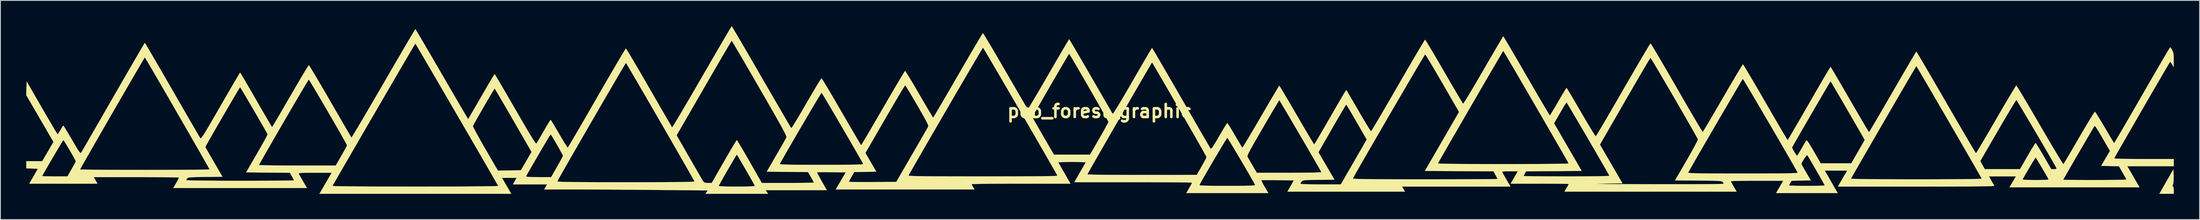
<source format=kicad_pcb>
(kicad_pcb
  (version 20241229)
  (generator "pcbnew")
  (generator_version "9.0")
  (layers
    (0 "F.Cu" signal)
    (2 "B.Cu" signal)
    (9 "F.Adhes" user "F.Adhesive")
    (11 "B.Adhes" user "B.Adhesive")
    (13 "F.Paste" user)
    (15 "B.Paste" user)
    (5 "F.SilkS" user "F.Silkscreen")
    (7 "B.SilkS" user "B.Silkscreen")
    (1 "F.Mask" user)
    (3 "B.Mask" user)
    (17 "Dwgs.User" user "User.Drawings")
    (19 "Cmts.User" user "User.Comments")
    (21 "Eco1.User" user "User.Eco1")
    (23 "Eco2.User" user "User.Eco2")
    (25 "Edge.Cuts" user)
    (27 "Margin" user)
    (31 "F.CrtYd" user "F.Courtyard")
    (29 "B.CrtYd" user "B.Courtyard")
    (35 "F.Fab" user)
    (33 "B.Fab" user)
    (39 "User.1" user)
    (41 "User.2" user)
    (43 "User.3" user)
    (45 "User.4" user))
  (footprint "pcb_forest_graphic"
    (layer "F.Cu")
    (at 124.979 9.911)
    (property "Reference" "pcb_forest_graphic" (at 0 0 0) (layer "F.SilkS") (effects (font (size 1.524 1.524) (thickness 0.3))))
    (attr through_hole)
    (fp_poly (pts (xy 125.035 7.582) (xy 125.036 8.03) (xy 125.01 8.368) (xy 124.96 8.566) (xy 124.959 8.568) (xy 124.902 8.722) (xy 124.956 8.787) (xy 125.014 8.885) (xy 125.048 9.101) (xy 125.053 9.236) (xy 125.053 9.652) (xy 123.371 9.652) (xy 124.191 8.217) (xy 125.01 6.781) (xy 125.035 7.582)) (stroke (width 0.01) (type solid)) (fill yes) (layer "F.SilkS"))
    (fp_poly (pts (xy -42.793 -9.834) (xy -42.667 -9.627) (xy -42.469 -9.295) (xy -42.206 -8.848) (xy -41.885 -8.299) (xy -41.51 -7.657) (xy -41.09 -6.935) (xy -40.63 -6.142) (xy -40.136 -5.289) (xy -39.616 -4.389) (xy -39.378 -3.977) (xy -38.847 -3.057) (xy -38.34 -2.18) (xy -37.863 -1.357) (xy -37.423 -0.598) (xy -37.026 0.084) (xy -36.678 0.68) (xy -36.386 1.178) (xy -36.157 1.567) (xy -35.996 1.836) (xy -35.91 1.974) (xy -35.898 1.99) (xy -35.844 1.927) (xy -35.716 1.733) (xy -35.522 1.422) (xy -35.272 1.01) (xy -34.976 0.512) (xy -34.642 -0.056) (xy -34.28 -0.679) (xy -34.151 -0.902) (xy -33.78 -1.542) (xy -33.434 -2.134) (xy -33.121 -2.662) (xy -32.852 -3.111) (xy -32.635 -3.464) (xy -32.48 -3.707) (xy -32.396 -3.823) (xy -32.385 -3.831) (xy -32.33 -3.76) (xy -32.198 -3.555) (xy -31.998 -3.23) (xy -31.738 -2.798) (xy -31.427 -2.274) (xy -31.072 -1.67) (xy -30.681 -1) (xy -30.262 -0.278) (xy -30.06 0.073) (xy -29.632 0.815) (xy -29.229 1.51) (xy -28.86 2.146) (xy -28.531 2.709) (xy -28.251 3.186) (xy -28.028 3.562) (xy -27.87 3.825) (xy -27.784 3.96) (xy -27.771 3.976) (xy -27.722 3.905) (xy -27.596 3.7) (xy -27.401 3.373) (xy -27.143 2.939) (xy -26.832 2.409) (xy -26.473 1.796) (xy -26.075 1.112) (xy -25.645 0.372) (xy -25.227 -0.35) (xy -24.773 -1.132) (xy -24.344 -1.87) (xy -23.947 -2.549) (xy -23.588 -3.157) (xy -23.277 -3.682) (xy -23.021 -4.11) (xy -22.826 -4.429) (xy -22.702 -4.626) (xy -22.655 -4.688) (xy -22.598 -4.62) (xy -22.467 -4.42) (xy -22.272 -4.106) (xy -22.021 -3.694) (xy -21.726 -3.198) (xy -21.395 -2.636) (xy -21.038 -2.023) (xy -21.008 -1.97) (xy -20.651 -1.353) (xy -20.319 -0.785) (xy -20.023 -0.282) (xy -19.773 0.14) (xy -19.577 0.465) (xy -19.446 0.677) (xy -19.388 0.76) (xy -19.387 0.76) (xy -19.338 0.689) (xy -19.212 0.483) (xy -19.016 0.155) (xy -18.756 -0.285) (xy -18.44 -0.823) (xy -18.075 -1.448) (xy -17.668 -2.148) (xy -17.225 -2.911) (xy -16.755 -3.725) (xy -16.504 -4.158) (xy -16.021 -4.994) (xy -15.562 -5.785) (xy -15.134 -6.52) (xy -14.743 -7.187) (xy -14.398 -7.773) (xy -14.105 -8.266) (xy -13.872 -8.655) (xy -13.705 -8.927) (xy -13.612 -9.07) (xy -13.595 -9.09) (xy -13.541 -9.021) (xy -13.41 -8.817) (xy -13.211 -8.492) (xy -12.95 -8.058) (xy -12.634 -7.528) (xy -12.272 -6.913) (xy -11.871 -6.228) (xy -11.438 -5.484) (xy -10.981 -4.695) (xy -10.974 -4.684) (xy -10.517 -3.892) (xy -10.084 -3.144) (xy -9.684 -2.453) (xy -9.324 -1.832) (xy -9.01 -1.293) (xy -8.751 -0.85) (xy -8.554 -0.514) (xy -8.427 -0.3) (xy -8.377 -0.219) (xy -8.377 -0.219) (xy -8.327 -0.282) (xy -8.201 -0.478) (xy -8.006 -0.796) (xy -7.75 -1.222) (xy -7.441 -1.742) (xy -7.086 -2.345) (xy -6.694 -3.017) (xy -6.271 -3.746) (xy -5.964 -4.278) (xy -5.525 -5.039) (xy -5.11 -5.754) (xy -4.728 -6.41) (xy -4.387 -6.995) (xy -4.094 -7.494) (xy -3.856 -7.894) (xy -3.682 -8.184) (xy -3.58 -8.348) (xy -3.555 -8.382) (xy -3.505 -8.311) (xy -3.38 -8.105) (xy -3.185 -7.779) (xy -2.928 -7.344) (xy -2.617 -6.814) (xy -2.259 -6.201) (xy -1.863 -5.519) (xy -1.435 -4.779) (xy -1.034 -4.085) (xy -0.583 -3.302) (xy -0.156 -2.562) (xy 0.239 -1.878) (xy 0.595 -1.262) (xy 0.903 -0.728) (xy 1.156 -0.29) (xy 1.347 0.039) (xy 1.467 0.246) (xy 1.509 0.317) (xy 1.566 0.27) (xy 1.703 0.079) (xy 1.916 -0.252) (xy 2.203 -0.72) (xy 2.562 -1.321) (xy 2.991 -2.049) (xy 3.486 -2.902) (xy 3.814 -3.472) (xy 4.24 -4.213) (xy 4.642 -4.908) (xy 5.011 -5.543) (xy 5.339 -6.105) (xy 5.618 -6.58) (xy 5.84 -6.955) (xy 5.998 -7.217) (xy 6.084 -7.351) (xy 6.096 -7.366) (xy 6.145 -7.294) (xy 6.271 -7.087) (xy 6.468 -6.755) (xy 6.73 -6.309) (xy 7.05 -5.76) (xy 7.423 -5.12) (xy 7.841 -4.399) (xy 8.298 -3.609) (xy 8.788 -2.76) (xy 9.304 -1.864) (xy 9.477 -1.563) (xy 10.002 -0.651) (xy 10.504 0.221) (xy 10.976 1.041) (xy 11.412 1.797) (xy 11.806 2.478) (xy 12.15 3.072) (xy 12.438 3.569) (xy 12.663 3.956) (xy 12.82 4.223) (xy 12.9 4.358) (xy 12.909 4.371) (xy 12.954 4.392) (xy 13.025 4.346) (xy 13.13 4.218) (xy 13.28 3.993) (xy 13.487 3.655) (xy 13.76 3.19) (xy 13.899 2.949) (xy 14.167 2.489) (xy 14.409 2.083) (xy 14.611 1.753) (xy 14.761 1.52) (xy 14.845 1.405) (xy 14.856 1.397) (xy 14.916 1.467) (xy 15.046 1.661) (xy 15.231 1.958) (xy 15.458 2.334) (xy 15.713 2.768) (xy 15.738 2.811) (xy 15.994 3.251) (xy 16.223 3.641) (xy 16.409 3.956) (xy 16.54 4.172) (xy 16.601 4.267) (xy 16.602 4.269) (xy 16.652 4.207) (xy 16.778 4.012) (xy 16.973 3.698) (xy 17.227 3.278) (xy 17.532 2.766) (xy 17.881 2.176) (xy 18.266 1.522) (xy 18.677 0.817) (xy 18.759 0.675) (xy 19.174 -0.039) (xy 19.565 -0.708) (xy 19.921 -1.316) (xy 20.236 -1.849) (xy 20.5 -2.294) (xy 20.706 -2.637) (xy 20.845 -2.864) (xy 20.91 -2.961) (xy 20.913 -2.963) (xy 20.963 -2.892) (xy 21.089 -2.689) (xy 21.282 -2.368) (xy 21.535 -1.943) (xy 21.838 -1.429) (xy 22.184 -0.84) (xy 22.563 -0.191) (xy 22.945 0.466) (xy 23.348 1.159) (xy 23.725 1.805) (xy 24.069 2.39) (xy 24.369 2.9) (xy 24.619 3.319) (xy 24.809 3.634) (xy 24.931 3.83) (xy 24.976 3.894) (xy 25.026 3.822) (xy 25.151 3.619) (xy 25.342 3.298) (xy 25.59 2.876) (xy 25.888 2.366) (xy 26.225 1.784) (xy 26.593 1.145) (xy 26.838 0.719) (xy 27.221 0.051) (xy 27.579 -0.568) (xy 27.903 -1.125) (xy 28.184 -1.605) (xy 28.413 -1.991) (xy 28.581 -2.27) (xy 28.68 -2.427) (xy 28.703 -2.455) (xy 28.755 -2.385) (xy 28.88 -2.184) (xy 29.068 -1.87) (xy 29.31 -1.461) (xy 29.594 -0.973) (xy 29.911 -0.425) (xy 30.133 -0.039) (xy 30.467 0.54) (xy 30.777 1.067) (xy 31.053 1.527) (xy 31.283 1.9) (xy 31.458 2.172) (xy 31.567 2.324) (xy 31.598 2.351) (xy 31.653 2.275) (xy 31.785 2.063) (xy 31.987 1.728) (xy 32.253 1.281) (xy 32.576 0.734) (xy 32.949 0.098) (xy 33.365 -0.615) (xy 33.818 -1.394) (xy 34.3 -2.226) (xy 34.744 -2.997) (xy 35.246 -3.867) (xy 35.725 -4.693) (xy 36.173 -5.464) (xy 36.583 -6.167) (xy 36.95 -6.791) (xy 37.265 -7.326) (xy 37.523 -7.758) (xy 37.716 -8.077) (xy 37.838 -8.271) (xy 37.881 -8.329) (xy 37.936 -8.26) (xy 38.067 -8.058) (xy 38.265 -7.736) (xy 38.523 -7.308) (xy 38.831 -6.789) (xy 39.183 -6.191) (xy 39.569 -5.529) (xy 39.981 -4.816) (xy 40.097 -4.616) (xy 40.516 -3.89) (xy 40.911 -3.21) (xy 41.273 -2.59) (xy 41.595 -2.044) (xy 41.869 -1.585) (xy 42.085 -1.227) (xy 42.235 -0.985) (xy 42.313 -0.872) (xy 42.32 -0.865) (xy 42.376 -0.932) (xy 42.508 -1.131) (xy 42.708 -1.452) (xy 42.968 -1.879) (xy 43.28 -2.4) (xy 43.636 -3.001) (xy 44.028 -3.67) (xy 44.448 -4.392) (xy 44.673 -4.78) (xy 45.104 -5.525) (xy 45.509 -6.224) (xy 45.882 -6.864) (xy 46.214 -7.431) (xy 46.497 -7.912) (xy 46.723 -8.293) (xy 46.885 -8.56) (xy 46.975 -8.702) (xy 46.99 -8.721) (xy 47.039 -8.649) (xy 47.164 -8.444) (xy 47.36 -8.116) (xy 47.619 -7.679) (xy 47.933 -7.144) (xy 48.295 -6.525) (xy 48.697 -5.833) (xy 49.134 -5.081) (xy 49.596 -4.282) (xy 49.698 -4.106) (xy 50.165 -3.298) (xy 50.608 -2.535) (xy 51.019 -1.83) (xy 51.39 -1.194) (xy 51.715 -0.64) (xy 51.987 -0.181) (xy 52.197 0.171) (xy 52.339 0.404) (xy 52.406 0.505) (xy 52.409 0.508) (xy 52.463 0.438) (xy 52.588 0.242) (xy 52.771 -0.059) (xy 53 -0.444) (xy 53.262 -0.892) (xy 53.382 -1.101) (xy 53.654 -1.569) (xy 53.899 -1.984) (xy 54.103 -2.324) (xy 54.255 -2.569) (xy 54.341 -2.696) (xy 54.355 -2.709) (xy 54.406 -2.639) (xy 54.532 -2.437) (xy 54.724 -2.12) (xy 54.971 -1.703) (xy 55.266 -1.203) (xy 55.598 -0.635) (xy 55.958 -0.016) (xy 56.042 0.13) (xy 56.408 0.758) (xy 56.749 1.337) (xy 57.056 1.851) (xy 57.32 2.284) (xy 57.531 2.62) (xy 57.679 2.845) (xy 57.754 2.941) (xy 57.761 2.943) (xy 57.814 2.867) (xy 57.945 2.656) (xy 58.147 2.321) (xy 58.413 1.874) (xy 58.735 1.326) (xy 59.108 0.688) (xy 59.524 -0.027) (xy 59.977 -0.808) (xy 60.461 -1.643) (xy 60.944 -2.482) (xy 61.449 -3.359) (xy 61.931 -4.191) (xy 62.383 -4.969) (xy 62.798 -5.679) (xy 63.169 -6.31) (xy 63.49 -6.852) (xy 63.753 -7.292) (xy 63.952 -7.619) (xy 64.081 -7.822) (xy 64.132 -7.888) (xy 64.186 -7.818) (xy 64.318 -7.612) (xy 64.519 -7.282) (xy 64.784 -6.841) (xy 65.104 -6.299) (xy 65.475 -5.669) (xy 65.887 -4.962) (xy 66.335 -4.19) (xy 66.811 -3.364) (xy 67.18 -2.723) (xy 67.672 -1.867) (xy 68.141 -1.055) (xy 68.579 -0.299) (xy 68.98 0.388) (xy 69.336 0.995) (xy 69.641 1.511) (xy 69.888 1.924) (xy 70.07 2.221) (xy 70.18 2.392) (xy 70.211 2.43) (xy 70.265 2.355) (xy 70.394 2.147) (xy 70.593 1.82) (xy 70.851 1.385) (xy 71.162 0.859) (xy 71.517 0.252) (xy 71.909 -0.42) (xy 72.33 -1.144) (xy 72.55 -1.524) (xy 72.981 -2.269) (xy 73.388 -2.967) (xy 73.764 -3.606) (xy 74.098 -4.171) (xy 74.385 -4.65) (xy 74.616 -5.028) (xy 74.782 -5.294) (xy 74.877 -5.433) (xy 74.894 -5.45) (xy 74.948 -5.377) (xy 75.079 -5.169) (xy 75.279 -4.84) (xy 75.54 -4.403) (xy 75.856 -3.869) (xy 76.218 -3.252) (xy 76.619 -2.565) (xy 77.051 -1.819) (xy 77.508 -1.029) (xy 77.509 -1.028) (xy 77.965 -0.238) (xy 78.396 0.507) (xy 78.795 1.193) (xy 79.154 1.809) (xy 79.466 2.341) (xy 79.724 2.777) (xy 79.919 3.105) (xy 80.045 3.311) (xy 80.095 3.383) (xy 80.095 3.383) (xy 80.143 3.311) (xy 80.269 3.106) (xy 80.463 2.779) (xy 80.719 2.344) (xy 81.028 1.814) (xy 81.384 1.201) (xy 81.779 0.518) (xy 82.206 -0.221) (xy 82.592 -0.891) (xy 83.039 -1.669) (xy 83.461 -2.401) (xy 83.851 -3.074) (xy 84.201 -3.676) (xy 84.504 -4.193) (xy 84.752 -4.614) (xy 84.937 -4.924) (xy 85.052 -5.112) (xy 85.09 -5.165) (xy 85.139 -5.093) (xy 85.264 -4.889) (xy 85.458 -4.565) (xy 85.712 -4.135) (xy 86.018 -3.613) (xy 86.369 -3.012) (xy 86.755 -2.346) (xy 87.17 -1.629) (xy 87.328 -1.355) (xy 87.751 -0.622) (xy 88.149 0.064) (xy 88.514 0.69) (xy 88.838 1.243) (xy 89.113 1.708) (xy 89.33 2.073) (xy 89.483 2.323) (xy 89.562 2.444) (xy 89.571 2.454) (xy 89.621 2.383) (xy 89.748 2.176) (xy 89.944 1.848) (xy 90.203 1.41) (xy 90.518 0.874) (xy 90.881 0.252) (xy 91.285 -0.442) (xy 91.723 -1.198) (xy 92.188 -2.001) (xy 92.328 -2.245) (xy 92.799 -3.061) (xy 93.246 -3.831) (xy 93.66 -4.545) (xy 94.036 -5.189) (xy 94.365 -5.751) (xy 94.641 -6.219) (xy 94.856 -6.581) (xy 95.003 -6.824) (xy 95.076 -6.936) (xy 95.082 -6.943) (xy 95.13 -6.871) (xy 95.256 -6.664) (xy 95.454 -6.331) (xy 95.717 -5.885) (xy 96.039 -5.336) (xy 96.414 -4.694) (xy 96.835 -3.972) (xy 97.295 -3.179) (xy 97.789 -2.327) (xy 98.31 -1.426) (xy 98.547 -1.016) (xy 99.077 -0.098) (xy 99.584 0.777) (xy 100.061 1.598) (xy 100.5 2.353) (xy 100.897 3.031) (xy 101.244 3.623) (xy 101.535 4.116) (xy 101.764 4.5) (xy 101.924 4.764) (xy 102.009 4.897) (xy 102.021 4.911) (xy 102.072 4.84) (xy 102.2 4.635) (xy 102.396 4.311) (xy 102.654 3.88) (xy 102.964 3.356) (xy 103.319 2.752) (xy 103.71 2.082) (xy 104.131 1.359) (xy 104.356 0.971) (xy 104.789 0.225) (xy 105.198 -0.475) (xy 105.575 -1.117) (xy 105.911 -1.686) (xy 106.199 -2.169) (xy 106.431 -2.552) (xy 106.599 -2.823) (xy 106.694 -2.967) (xy 106.712 -2.987) (xy 106.766 -2.919) (xy 106.898 -2.717) (xy 107.099 -2.392) (xy 107.362 -1.957) (xy 107.68 -1.425) (xy 108.045 -0.807) (xy 108.451 -0.117) (xy 108.89 0.635) (xy 109.354 1.434) (xy 109.464 1.623) (xy 109.932 2.431) (xy 110.377 3.192) (xy 110.79 3.894) (xy 111.164 4.525) (xy 111.493 5.072) (xy 111.768 5.525) (xy 111.983 5.87) (xy 112.129 6.095) (xy 112.201 6.188) (xy 112.206 6.19) (xy 112.261 6.105) (xy 112.392 5.89) (xy 112.589 5.559) (xy 112.842 5.129) (xy 113.144 4.615) (xy 113.484 4.033) (xy 113.853 3.398) (xy 114.026 3.1) (xy 114.406 2.45) (xy 114.761 1.847) (xy 115.082 1.308) (xy 115.361 0.847) (xy 115.588 0.48) (xy 115.754 0.223) (xy 115.849 0.09) (xy 115.866 0.075) (xy 115.93 0.145) (xy 116.066 0.343) (xy 116.26 0.649) (xy 116.502 1.042) (xy 116.777 1.503) (xy 117.009 1.9) (xy 117.301 2.4) (xy 117.566 2.848) (xy 117.791 3.223) (xy 117.965 3.507) (xy 118.076 3.68) (xy 118.111 3.724) (xy 118.159 3.653) (xy 118.285 3.446) (xy 118.482 3.115) (xy 118.743 2.67) (xy 119.063 2.124) (xy 119.433 1.487) (xy 119.849 0.771) (xy 120.303 -0.013) (xy 120.788 -0.854) (xy 121.299 -1.74) (xy 121.37 -1.863) (xy 121.883 -2.754) (xy 122.373 -3.602) (xy 122.832 -4.394) (xy 123.253 -5.12) (xy 123.631 -5.769) (xy 123.959 -6.328) (xy 124.229 -6.787) (xy 124.436 -7.134) (xy 124.572 -7.359) (xy 124.632 -7.449) (xy 124.634 -7.451) (xy 124.701 -7.384) (xy 124.813 -7.215) (xy 124.868 -7.122) (xy 124.957 -6.937) (xy 125.012 -6.737) (xy 125.04 -6.476) (xy 125.049 -6.107) (xy 125.049 -5.957) (xy 125.045 -5.122) (xy 124.858 -5.439) (xy 124.736 -5.632) (xy 124.648 -5.744) (xy 124.629 -5.756) (xy 124.583 -5.684) (xy 124.46 -5.48) (xy 124.269 -5.156) (xy 124.017 -4.727) (xy 123.712 -4.205) (xy 123.363 -3.605) (xy 122.977 -2.94) (xy 122.561 -2.224) (xy 122.125 -1.471) (xy 121.676 -0.695) (xy 121.222 0.092) (xy 120.77 0.875) (xy 120.329 1.641) (xy 119.906 2.375) (xy 119.51 3.065) (xy 119.148 3.696) (xy 118.828 4.254) (xy 118.558 4.727) (xy 118.347 5.101) (xy 118.202 5.361) (xy 118.13 5.494) (xy 118.124 5.506) (xy 118.2 5.528) (xy 118.437 5.546) (xy 118.83 5.562) (xy 119.371 5.574) (xy 120.053 5.582) (xy 120.868 5.587) (xy 121.574 5.588) (xy 125.053 5.588) (xy 125.053 6.435) (xy 119.643 6.435) (xy 120.355 7.662) (xy 121.068 8.89) (xy 105.921 8.89) (xy 106.463 7.973) (xy 107.456 7.973) (xy 107.527 7.995) (xy 107.741 8.015) (xy 108.073 8.03) (xy 108.496 8.04) (xy 108.966 8.043) (xy 109.453 8.04) (xy 109.873 8.03) (xy 110.201 8.014) (xy 110.267 8.008) (xy 112.183 8.008) (xy 112.265 8.015) (xy 112.499 8.022) (xy 112.868 8.028) (xy 113.355 8.034) (xy 113.942 8.038) (xy 114.613 8.041) (xy 115.35 8.043) (xy 115.873 8.043) (xy 116.644 8.042) (xy 117.359 8.038) (xy 118.001 8.031) (xy 118.554 8.022) (xy 118.999 8.011) (xy 119.321 7.999) (xy 119.501 7.985) (xy 119.535 7.975) (xy 119.484 7.877) (xy 119.368 7.666) (xy 119.207 7.379) (xy 119.091 7.174) (xy 118.675 6.44) (xy 116.593 6.392) (xy 117.105 5.519) (xy 117.617 4.646) (xy 117.17 3.868) (xy 116.799 3.225) (xy 116.503 2.717) (xy 116.272 2.331) (xy 116.098 2.053) (xy 115.973 1.871) (xy 115.89 1.771) (xy 115.838 1.741) (xy 115.822 1.748) (xy 115.766 1.833) (xy 115.638 2.045) (xy 115.448 2.366) (xy 115.206 2.777) (xy 114.923 3.259) (xy 114.61 3.794) (xy 114.278 4.364) (xy 113.937 4.95) (xy 113.598 5.534) (xy 113.272 6.097) (xy 112.969 6.621) (xy 112.701 7.087) (xy 112.478 7.478) (xy 112.31 7.773) (xy 112.209 7.956) (xy 112.183 8.008) (xy 110.267 8.008) (xy 110.41 7.994) (xy 110.476 7.973) (xy 110.412 7.846) (xy 110.284 7.614) (xy 110.107 7.306) (xy 109.901 6.95) (xy 109.68 6.576) (xy 109.463 6.211) (xy 109.266 5.884) (xy 109.106 5.625) (xy 109 5.461) (xy 108.966 5.419) (xy 108.914 5.487) (xy 108.795 5.674) (xy 108.626 5.951) (xy 108.423 6.288) (xy 108.204 6.657) (xy 107.985 7.03) (xy 107.783 7.378) (xy 107.616 7.672) (xy 107.5 7.883) (xy 107.456 7.973) (xy 106.463 7.973) (xy 106.672 7.62) (xy 103.535 7.62) (xy 103.809 8.107) (xy 103.962 8.375) (xy 104.092 8.591) (xy 104.164 8.7) (xy 104.147 8.717) (xy 104.064 8.732) (xy 103.907 8.746) (xy 103.667 8.758) (xy 103.338 8.768) (xy 102.91 8.777) (xy 102.375 8.784) (xy 101.727 8.79) (xy 100.956 8.795) (xy 100.056 8.799) (xy 99.017 8.802) (xy 97.833 8.804) (xy 96.494 8.805) (xy 95.094 8.805) (xy 85.942 8.805) (xy 86.479 7.881) (xy 87.475 7.881) (xy 87.553 7.894) (xy 87.793 7.906) (xy 88.187 7.917) (xy 88.726 7.927) (xy 89.403 7.936) (xy 90.21 7.943) (xy 91.14 7.949) (xy 92.183 7.954) (xy 93.333 7.957) (xy 94.582 7.959) (xy 95.081 7.959) (xy 96.397 7.958) (xy 97.609 7.955) (xy 98.708 7.951) (xy 99.689 7.945) (xy 100.543 7.938) (xy 101.264 7.93) (xy 101.846 7.92) (xy 102.281 7.909) (xy 102.562 7.897) (xy 102.682 7.883) (xy 102.687 7.88) (xy 102.637 7.787) (xy 102.511 7.561) (xy 102.316 7.217) (xy 102.058 6.765) (xy 101.745 6.22) (xy 101.522 5.833) (xy 102.525 5.833) (xy 102.79 6.303) (xy 103.055 6.773) (xy 105.101 6.773) (xy 107.146 6.772) (xy 108.024 5.249) (xy 108.29 4.793) (xy 108.53 4.392) (xy 108.729 4.067) (xy 108.876 3.839) (xy 108.957 3.731) (xy 108.966 3.725) (xy 109.025 3.795) (xy 109.154 3.991) (xy 109.34 4.29) (xy 109.57 4.672) (xy 109.83 5.114) (xy 109.907 5.248) (xy 110.786 6.77) (xy 111.113 6.772) (xy 111.333 6.754) (xy 111.402 6.693) (xy 111.396 6.668) (xy 111.332 6.541) (xy 111.194 6.292) (xy 110.992 5.935) (xy 110.735 5.486) (xy 110.433 4.963) (xy 110.095 4.381) (xy 109.731 3.756) (xy 109.35 3.106) (xy 108.963 2.445) (xy 108.577 1.79) (xy 108.204 1.157) (xy 107.852 0.564) (xy 107.531 0.025) (xy 107.251 -0.443) (xy 107.02 -0.824) (xy 106.85 -1.101) (xy 106.748 -1.258) (xy 106.724 -1.289) (xy 106.667 -1.218) (xy 106.536 -1.014) (xy 106.336 -0.691) (xy 106.078 -0.264) (xy 105.769 0.253) (xy 105.418 0.847) (xy 105.034 1.502) (xy 104.625 2.206) (xy 104.587 2.272) (xy 102.525 5.833) (xy 101.522 5.833) (xy 101.384 5.593) (xy 100.983 4.897) (xy 100.549 4.145) (xy 100.09 3.35) (xy 99.613 2.524) (xy 99.124 1.68) (xy 98.632 0.831) (xy 98.144 -0.011) (xy 97.666 -0.833) (xy 97.208 -1.623) (xy 96.775 -2.367) (xy 96.375 -3.054) (xy 96.015 -3.67) (xy 95.703 -4.202) (xy 95.447 -4.639) (xy 95.252 -4.968) (xy 95.128 -5.175) (xy 95.081 -5.248) (xy 95.081 -5.248) (xy 95.035 -5.177) (xy 94.911 -4.971) (xy 94.718 -4.645) (xy 94.462 -4.209) (xy 94.151 -3.678) (xy 93.792 -3.063) (xy 93.393 -2.377) (xy 92.961 -1.634) (xy 92.502 -0.845) (xy 92.025 -0.023) (xy 91.537 0.819) (xy 91.045 1.669) (xy 90.556 2.513) (xy 90.078 3.339) (xy 89.619 4.135) (xy 89.185 4.887) (xy 88.783 5.584) (xy 88.422 6.212) (xy 88.108 6.759) (xy 87.849 7.212) (xy 87.653 7.558) (xy 87.525 7.785) (xy 87.475 7.881) (xy 87.475 7.881) (xy 86.479 7.881) (xy 87.025 6.943) (xy 84.422 6.943) (xy 85.927 9.567) (xy 82.337 9.567) (xy 78.748 9.567) (xy 79.266 8.67) (xy 80.264 8.67) (xy 80.345 8.684) (xy 80.572 8.697) (xy 80.923 8.707) (xy 81.374 8.715) (xy 81.904 8.72) (xy 82.338 8.721) (xy 82.911 8.719) (xy 83.423 8.714) (xy 83.851 8.706) (xy 84.174 8.695) (xy 84.367 8.683) (xy 84.413 8.673) (xy 84.372 8.589) (xy 84.261 8.383) (xy 84.092 8.081) (xy 83.881 7.707) (xy 83.642 7.287) (xy 83.389 6.845) (xy 83.136 6.406) (xy 82.898 5.996) (xy 82.689 5.639) (xy 82.523 5.36) (xy 82.415 5.184) (xy 82.381 5.135) (xy 82.317 5.173) (xy 82.197 5.317) (xy 82.049 5.525) (xy 81.9 5.758) (xy 81.778 5.973) (xy 81.71 6.129) (xy 81.704 6.164) (xy 81.745 6.255) (xy 81.856 6.463) (xy 82.021 6.757) (xy 82.223 7.108) (xy 82.25 7.154) (xy 82.796 8.086) (xy 80.552 8.133) (xy 80.408 8.376) (xy 80.31 8.556) (xy 80.264 8.666) (xy 80.264 8.67) (xy 79.266 8.67) (xy 79.579 8.128) (xy 76.535 8.128) (xy 75.836 8.129) (xy 75.193 8.134) (xy 74.626 8.14) (xy 74.154 8.149) (xy 73.794 8.159) (xy 73.567 8.171) (xy 73.491 8.183) (xy 73.53 8.277) (xy 73.635 8.479) (xy 73.785 8.747) (xy 73.825 8.818) (xy 74.159 9.398) (xy 54.106 9.398) (xy 54.358 8.971) (xy 54.493 8.736) (xy 54.585 8.565) (xy 54.61 8.505) (xy 54.528 8.497) (xy 54.295 8.489) (xy 53.929 8.482) (xy 53.824 8.481) (xy 57.831 8.481) (xy 57.87 8.487) (xy 58.058 8.493) (xy 58.387 8.499) (xy 58.85 8.505) (xy 59.44 8.511) (xy 60.15 8.516) (xy 60.973 8.521) (xy 61.901 8.525) (xy 62.929 8.529) (xy 64.048 8.532) (xy 64.114 8.532) (xy 65.3 8.534) (xy 66.437 8.535) (xy 67.514 8.534) (xy 68.52 8.532) (xy 69.442 8.529) (xy 70.271 8.525) (xy 70.994 8.519) (xy 71.601 8.513) (xy 72.079 8.506) (xy 72.419 8.498) (xy 72.607 8.489) (xy 72.644 8.483) (xy 72.599 8.365) (xy 72.538 8.272) (xy 72.495 8.232) (xy 72.418 8.2) (xy 72.29 8.174) (xy 72.094 8.155) (xy 71.811 8.14) (xy 71.425 8.128) (xy 70.917 8.119) (xy 70.27 8.112) (xy 69.708 8.107) (xy 66.984 8.086) (xy 67.512 7.176) (xy 68.521 7.176) (xy 68.543 7.196) (xy 68.635 7.214) (xy 68.806 7.229) (xy 69.065 7.242) (xy 69.422 7.253) (xy 69.886 7.262) (xy 70.466 7.269) (xy 71.173 7.274) (xy 72.015 7.278) (xy 73.002 7.28) (xy 74.143 7.281) (xy 74.888 7.281) (xy 76.124 7.281) (xy 77.2 7.279) (xy 78.126 7.276) (xy 78.91 7.272) (xy 79.564 7.266) (xy 80.095 7.258) (xy 80.513 7.249) (xy 80.828 7.237) (xy 81.05 7.223) (xy 81.187 7.207) (xy 81.249 7.188) (xy 81.254 7.176) (xy 81.192 7.055) (xy 81.055 6.807) (xy 80.85 6.445) (xy 80.587 5.983) (xy 80.272 5.435) (xy 79.914 4.814) (xy 79.577 4.232) (xy 80.621 4.232) (xy 80.645 4.335) (xy 80.733 4.522) (xy 80.86 4.749) (xy 80.997 4.968) (xy 81.118 5.135) (xy 81.194 5.205) (xy 81.201 5.203) (xy 81.265 5.119) (xy 81.392 4.918) (xy 81.564 4.633) (xy 81.734 4.34) (xy 81.931 3.998) (xy 82.101 3.705) (xy 82.224 3.495) (xy 82.277 3.409) (xy 82.345 3.438) (xy 82.487 3.618) (xy 82.701 3.947) (xy 82.987 4.423) (xy 83.147 4.699) (xy 83.947 6.093) (xy 85.725 6.093) (xy 87.503 6.093) (xy 88.287 4.729) (xy 89.071 3.365) (xy 87.102 -0.052) (xy 86.701 -0.745) (xy 86.327 -1.39) (xy 85.986 -1.974) (xy 85.688 -2.483) (xy 85.441 -2.901) (xy 85.253 -3.214) (xy 85.133 -3.408) (xy 85.09 -3.469) (xy 85.043 -3.399) (xy 84.922 -3.198) (xy 84.735 -2.883) (xy 84.492 -2.472) (xy 84.204 -1.98) (xy 83.879 -1.423) (xy 83.527 -0.819) (xy 83.158 -0.185) (xy 82.781 0.465) (xy 82.405 1.112) (xy 82.042 1.741) (xy 81.699 2.334) (xy 81.388 2.876) (xy 81.116 3.349) (xy 80.894 3.738) (xy 80.732 4.026) (xy 80.639 4.195) (xy 80.621 4.232) (xy 79.577 4.232) (xy 79.522 4.135) (xy 79.102 3.412) (xy 78.664 2.658) (xy 78.215 1.887) (xy 77.764 1.112) (xy 77.318 0.349) (xy 76.885 -0.39) (xy 76.474 -1.09) (xy 76.093 -1.738) (xy 75.749 -2.32) (xy 75.452 -2.822) (xy 75.208 -3.23) (xy 75.026 -3.531) (xy 74.914 -3.709) (xy 74.88 -3.756) (xy 74.831 -3.683) (xy 74.705 -3.478) (xy 74.511 -3.154) (xy 74.257 -2.725) (xy 73.95 -2.204) (xy 73.599 -1.607) (xy 73.211 -0.946) (xy 72.796 -0.236) (xy 72.361 0.51) (xy 71.913 1.278) (xy 71.462 2.053) (xy 71.016 2.823) (xy 70.581 3.572) (xy 70.167 4.287) (xy 69.781 4.955) (xy 69.432 5.561) (xy 69.128 6.092) (xy 68.877 6.533) (xy 68.686 6.87) (xy 68.564 7.091) (xy 68.521 7.176) (xy 67.512 7.176) (xy 68.333 5.757) (xy 68.662 5.184) (xy 68.96 4.654) (xy 69.217 4.186) (xy 69.422 3.798) (xy 69.567 3.51) (xy 69.641 3.339) (xy 69.648 3.302) (xy 69.598 3.196) (xy 69.471 2.962) (xy 69.278 2.614) (xy 69.027 2.169) (xy 68.726 1.64) (xy 68.385 1.042) (xy 68.011 0.391) (xy 67.613 -0.3) (xy 67.2 -1.014) (xy 66.781 -1.737) (xy 66.364 -2.454) (xy 65.957 -3.151) (xy 65.571 -3.811) (xy 65.212 -4.422) (xy 64.89 -4.967) (xy 64.614 -5.431) (xy 64.391 -5.801) (xy 64.232 -6.061) (xy 64.143 -6.195) (xy 64.129 -6.211) (xy 64.076 -6.137) (xy 63.946 -5.929) (xy 63.747 -5.597) (xy 63.484 -5.154) (xy 63.164 -4.612) (xy 62.796 -3.982) (xy 62.385 -3.277) (xy 61.939 -2.507) (xy 61.465 -1.687) (xy 61.153 -1.145) (xy 58.246 3.909) (xy 59.555 6.167) (xy 60.864 8.424) (xy 58.224 8.468) (xy 57.946 8.475) (xy 57.831 8.481) (xy 53.824 8.481) (xy 53.447 8.476) (xy 52.867 8.472) (xy 52.208 8.468) (xy 51.487 8.467) (xy 51.227 8.467) (xy 47.844 8.467) (xy 48.26 7.747) (xy 48.362 7.57) (xy 49.361 7.57) (xy 49.443 7.579) (xy 49.68 7.587) (xy 50.056 7.595) (xy 50.558 7.602) (xy 51.17 7.608) (xy 51.878 7.613) (xy 52.666 7.617) (xy 53.521 7.619) (xy 54.363 7.62) (xy 55.409 7.619) (xy 56.351 7.615) (xy 57.181 7.609) (xy 57.889 7.6) (xy 58.467 7.59) (xy 58.906 7.577) (xy 59.196 7.563) (xy 59.329 7.547) (xy 59.337 7.541) (xy 59.286 7.442) (xy 59.159 7.215) (xy 58.967 6.876) (xy 58.718 6.441) (xy 58.421 5.925) (xy 58.085 5.344) (xy 57.72 4.714) (xy 57.334 4.05) (xy 56.938 3.367) (xy 56.539 2.683) (xy 56.147 2.012) (xy 55.771 1.37) (xy 55.421 0.772) (xy 55.105 0.235) (xy 54.833 -0.226) (xy 54.613 -0.596) (xy 54.455 -0.858) (xy 54.368 -0.997) (xy 54.354 -1.016) (xy 54.299 -0.946) (xy 54.175 -0.754) (xy 53.997 -0.462) (xy 53.781 -0.096) (xy 53.607 0.204) (xy 52.906 1.425) (xy 54.514 4.205) (xy 56.123 6.985) (xy 52.886 7.007) (xy 49.65 7.029) (xy 49.505 7.274) (xy 49.407 7.455) (xy 49.361 7.565) (xy 49.361 7.57) (xy 48.362 7.57) (xy 48.676 7.027) (xy 47.745 7.027) (xy 47.34 7.029) (xy 47.077 7.038) (xy 46.931 7.059) (xy 46.875 7.095) (xy 46.883 7.153) (xy 46.894 7.176) (xy 46.969 7.31) (xy 47.107 7.552) (xy 47.284 7.86) (xy 47.401 8.065) (xy 47.829 8.805) (xy 35.205 8.805) (xy 35.379 9.102) (xy 35.554 9.398) (xy 21.855 9.398) (xy 22.229 8.742) (xy 22.381 8.476) (xy 23.368 8.476) (xy 23.449 8.496) (xy 23.679 8.514) (xy 24.038 8.529) (xy 24.505 8.541) (xy 25.06 8.548) (xy 25.682 8.551) (xy 25.721 8.551) (xy 28.074 8.551) (xy 28.33 8.107) (xy 28.439 7.919) (xy 28.477 7.853) (xy 29.488 7.853) (xy 29.511 7.871) (xy 29.602 7.887) (xy 29.769 7.901) (xy 30.019 7.913) (xy 30.362 7.923) (xy 30.805 7.932) (xy 31.357 7.94) (xy 32.026 7.946) (xy 32.82 7.95) (xy 33.748 7.954) (xy 34.818 7.956) (xy 36.038 7.958) (xy 37.416 7.959) (xy 37.879 7.959) (xy 39.059 7.958) (xy 40.189 7.957) (xy 41.259 7.955) (xy 42.257 7.952) (xy 43.172 7.949) (xy 43.993 7.945) (xy 44.708 7.941) (xy 45.306 7.936) (xy 45.775 7.931) (xy 46.105 7.926) (xy 46.283 7.92) (xy 46.313 7.916) (xy 46.275 7.825) (xy 46.178 7.633) (xy 46.08 7.453) (xy 45.847 7.031) (xy 41.854 7.008) (xy 37.861 6.985) (xy 38.371 6.102) (xy 39.384 6.102) (xy 39.463 6.116) (xy 39.703 6.128) (xy 40.098 6.139) (xy 40.64 6.149) (xy 41.322 6.158) (xy 42.136 6.166) (xy 43.076 6.172) (xy 44.133 6.176) (xy 45.3 6.179) (xy 46.57 6.181) (xy 46.99 6.181) (xy 48.307 6.18) (xy 49.518 6.177) (xy 50.618 6.173) (xy 51.598 6.167) (xy 52.452 6.16) (xy 53.174 6.152) (xy 53.755 6.142) (xy 54.19 6.131) (xy 54.471 6.119) (xy 54.592 6.105) (xy 54.596 6.102) (xy 54.547 6.009) (xy 54.421 5.783) (xy 54.225 5.438) (xy 53.967 4.987) (xy 53.654 4.441) (xy 53.293 3.814) (xy 52.892 3.119) (xy 52.459 2.367) (xy 51.999 1.572) (xy 51.522 0.746) (xy 51.033 -0.098) (xy 50.541 -0.947) (xy 50.053 -1.789) (xy 49.576 -2.611) (xy 49.117 -3.401) (xy 48.684 -4.145) (xy 48.284 -4.832) (xy 47.924 -5.448) (xy 47.613 -5.98) (xy 47.356 -6.417) (xy 47.162 -6.745) (xy 47.037 -6.952) (xy 46.99 -7.026) (xy 46.99 -7.026) (xy 46.944 -6.954) (xy 46.821 -6.749) (xy 46.627 -6.422) (xy 46.371 -5.987) (xy 46.06 -5.455) (xy 45.702 -4.84) (xy 45.302 -4.155) (xy 44.87 -3.411) (xy 44.411 -2.622) (xy 43.934 -1.8) (xy 43.446 -0.958) (xy 42.954 -0.109) (xy 42.465 0.735) (xy 41.987 1.561) (xy 41.528 2.357) (xy 41.093 3.109) (xy 40.692 3.806) (xy 40.331 4.434) (xy 40.017 4.981) (xy 39.758 5.433) (xy 39.562 5.78) (xy 39.435 6.007) (xy 39.384 6.102) (xy 39.384 6.102) (xy 38.371 6.102) (xy 41.836 0.098) (xy 39.905 -3.254) (xy 39.507 -3.94) (xy 39.134 -4.58) (xy 38.794 -5.158) (xy 38.495 -5.66) (xy 38.247 -6.071) (xy 38.058 -6.376) (xy 37.936 -6.562) (xy 37.893 -6.614) (xy 37.844 -6.544) (xy 37.717 -6.339) (xy 37.52 -6.011) (xy 37.259 -5.573) (xy 36.942 -5.036) (xy 36.575 -4.412) (xy 36.166 -3.715) (xy 35.721 -2.955) (xy 35.248 -2.144) (xy 34.753 -1.296) (xy 34.244 -0.421) (xy 33.727 0.468) (xy 33.21 1.359) (xy 32.699 2.24) (xy 32.202 3.1) (xy 31.725 3.925) (xy 31.275 4.703) (xy 30.861 5.424) (xy 30.487 6.075) (xy 30.163 6.643) (xy 29.893 7.117) (xy 29.686 7.484) (xy 29.549 7.733) (xy 29.488 7.852) (xy 29.488 7.853) (xy 28.477 7.853) (xy 28.618 7.607) (xy 28.856 7.195) (xy 29.137 6.707) (xy 29.449 6.165) (xy 29.779 5.593) (xy 29.837 5.491) (xy 31.088 3.32) (xy 29.916 1.28) (xy 29.61 0.75) (xy 29.33 0.27) (xy 29.089 -0.139) (xy 28.897 -0.459) (xy 28.765 -0.672) (xy 28.704 -0.759) (xy 28.702 -0.76) (xy 28.652 -0.689) (xy 28.527 -0.487) (xy 28.338 -0.17) (xy 28.093 0.246) (xy 27.802 0.745) (xy 27.474 1.311) (xy 27.119 1.928) (xy 27.067 2.02) (xy 25.474 4.8) (xy 26.405 6.401) (xy 27.337 8.001) (xy 25.501 8.022) (xy 24.896 8.03) (xy 24.439 8.039) (xy 24.105 8.051) (xy 23.872 8.069) (xy 23.718 8.095) (xy 23.619 8.132) (xy 23.553 8.181) (xy 23.516 8.222) (xy 23.406 8.38) (xy 23.368 8.476) (xy 22.381 8.476) (xy 22.603 8.086) (xy 20.729 8.063) (xy 20.184 8.058) (xy 19.699 8.056) (xy 19.297 8.057) (xy 19.004 8.061) (xy 18.845 8.068) (xy 18.823 8.073) (xy 18.849 8.155) (xy 18.944 8.35) (xy 19.093 8.625) (xy 19.213 8.836) (xy 19.635 9.567) (xy 10.084 9.567) (xy 10.418 8.987) (xy 10.576 8.708) (xy 10.625 8.615) (xy 11.624 8.615) (xy 11.645 8.643) (xy 11.743 8.665) (xy 11.93 8.684) (xy 12.219 8.698) (xy 12.623 8.708) (xy 13.154 8.715) (xy 13.827 8.719) (xy 14.652 8.721) (xy 14.859 8.721) (xy 15.721 8.72) (xy 16.426 8.716) (xy 16.988 8.71) (xy 17.419 8.7) (xy 17.733 8.687) (xy 17.941 8.67) (xy 18.058 8.648) (xy 18.095 8.622) (xy 18.094 8.615) (xy 18.027 8.481) (xy 17.889 8.229) (xy 17.692 7.88) (xy 17.446 7.451) (xy 17.164 6.963) (xy 16.857 6.436) (xy 16.537 5.889) (xy 16.214 5.341) (xy 16.19 5.3) (xy 17.206 5.3) (xy 17.22 5.358) (xy 17.227 5.371) (xy 17.313 5.514) (xy 17.46 5.765) (xy 17.648 6.086) (xy 17.814 6.371) (xy 18.294 7.197) (xy 22.065 7.197) (xy 22.893 7.195) (xy 23.646 7.19) (xy 24.311 7.183) (xy 24.871 7.173) (xy 25.314 7.161) (xy 25.624 7.146) (xy 25.787 7.131) (xy 25.809 7.121) (xy 25.757 7.022) (xy 25.63 6.795) (xy 25.437 6.457) (xy 25.188 6.023) (xy 24.891 5.508) (xy 24.556 4.93) (xy 24.192 4.303) (xy 23.809 3.644) (xy 23.415 2.968) (xy 23.019 2.291) (xy 22.632 1.628) (xy 22.262 0.997) (xy 21.918 0.412) (xy 21.61 -0.111) (xy 21.347 -0.555) (xy 21.138 -0.906) (xy 20.993 -1.147) (xy 20.92 -1.262) (xy 20.913 -1.27) (xy 20.863 -1.199) (xy 20.737 -0.996) (xy 20.544 -0.676) (xy 20.292 -0.254) (xy 19.992 0.255) (xy 19.65 0.838) (xy 19.276 1.478) (xy 18.995 1.963) (xy 18.544 2.742) (xy 18.172 3.388) (xy 17.872 3.915) (xy 17.638 4.335) (xy 17.462 4.661) (xy 17.338 4.908) (xy 17.258 5.088) (xy 17.217 5.214) (xy 17.206 5.3) (xy 16.19 5.3) (xy 15.901 4.812) (xy 15.608 4.321) (xy 15.348 3.889) (xy 15.132 3.534) (xy 14.972 3.276) (xy 14.878 3.135) (xy 14.859 3.114) (xy 14.806 3.185) (xy 14.68 3.382) (xy 14.492 3.687) (xy 14.254 4.08) (xy 13.978 4.541) (xy 13.675 5.052) (xy 13.356 5.592) (xy 13.033 6.142) (xy 12.717 6.683) (xy 12.42 7.194) (xy 12.153 7.657) (xy 11.928 8.052) (xy 11.757 8.359) (xy 11.65 8.559) (xy 11.624 8.615) (xy 10.625 8.615) (xy 10.693 8.487) (xy 10.75 8.363) (xy 10.753 8.352) (xy 10.67 8.344) (xy 10.431 8.336) (xy 10.047 8.328) (xy 9.532 8.321) (xy 8.898 8.315) (xy 8.158 8.309) (xy 7.324 8.305) (xy 6.409 8.301) (xy 5.425 8.299) (xy 4.386 8.297) (xy 3.899 8.297) (xy -2.954 8.297) (xy -2.421 7.37) (xy -1.425 7.37) (xy -1.347 7.386) (xy -1.105 7.4) (xy -0.705 7.413) (xy -0.152 7.423) (xy 0.549 7.432) (xy 1.393 7.439) (xy 2.373 7.444) (xy 3.485 7.447) (xy 4.723 7.448) (xy 4.925 7.448) (xy 11.303 7.446) (xy 11.874 6.444) (xy 12.084 6.073) (xy 12.259 5.753) (xy 12.383 5.514) (xy 12.443 5.385) (xy 12.446 5.372) (xy 12.405 5.289) (xy 12.287 5.073) (xy 12.101 4.739) (xy 11.854 4.3) (xy 11.555 3.771) (xy 11.21 3.166) (xy 10.829 2.498) (xy 10.419 1.782) (xy 9.989 1.03) (xy 9.545 0.257) (xy 9.097 -0.523) (xy 8.651 -1.296) (xy 8.217 -2.049) (xy 7.802 -2.767) (xy 7.414 -3.438) (xy 7.06 -4.046) (xy 6.75 -4.578) (xy 6.491 -5.02) (xy 6.29 -5.359) (xy 6.157 -5.58) (xy 6.098 -5.67) (xy 6.096 -5.671) (xy 6.05 -5.6) (xy 5.927 -5.394) (xy 5.734 -5.068) (xy 5.479 -4.632) (xy 5.17 -4.1) (xy 4.812 -3.485) (xy 4.415 -2.8) (xy 3.984 -2.057) (xy 3.528 -1.269) (xy 3.054 -0.448) (xy 2.569 0.392) (xy 2.081 1.239) (xy 1.596 2.08) (xy 1.123 2.903) (xy 0.668 3.694) (xy 0.238 4.442) (xy -0.158 5.132) (xy -0.513 5.753) (xy -0.821 6.292) (xy -1.073 6.736) (xy -1.263 7.072) (xy -1.383 7.288) (xy -1.425 7.37) (xy -2.421 7.37) (xy -2.286 7.133) (xy -1.618 5.969) (xy -2.418 5.945) (xy -2.902 5.936) (xy -3.449 5.935) (xy -3.951 5.943) (xy -4.021 5.945) (xy -4.825 5.969) (xy -4.112 7.218) (xy -3.398 8.467) (xy -9.15 8.467) (xy -10.12 8.468) (xy -11.038 8.47) (xy -11.891 8.474) (xy -12.666 8.48) (xy -13.348 8.487) (xy -13.923 8.495) (xy -14.378 8.504) (xy -14.7 8.514) (xy -14.873 8.524) (xy -14.901 8.53) (xy -14.86 8.638) (xy -14.76 8.823) (xy -14.733 8.869) (xy -14.565 9.144) (xy -30.729 9.144) (xy -30.199 8.233) (xy -29.196 8.233) (xy -29.122 8.249) (xy -28.898 8.261) (xy -28.544 8.271) (xy -28.078 8.278) (xy -27.522 8.281) (xy -26.894 8.28) (xy -26.453 8.277) (xy -23.68 8.255) (xy -23.252 7.514) (xy -22.243 7.514) (xy -22.22 7.532) (xy -22.129 7.548) (xy -21.963 7.561) (xy -21.714 7.574) (xy -21.373 7.584) (xy -20.932 7.593) (xy -20.383 7.6) (xy -19.718 7.606) (xy -18.929 7.611) (xy -18.007 7.615) (xy -16.944 7.617) (xy -15.733 7.619) (xy -14.365 7.62) (xy -13.589 7.62) (xy -12.136 7.62) (xy -10.844 7.618) (xy -9.706 7.616) (xy -8.712 7.613) (xy -7.855 7.609) (xy -7.126 7.604) (xy -6.518 7.597) (xy -6.022 7.589) (xy -5.63 7.579) (xy -5.333 7.568) (xy -5.125 7.555) (xy -4.996 7.54) (xy -4.939 7.524) (xy -4.935 7.514) (xy -4.99 7.408) (xy -5.123 7.17) (xy -5.325 6.811) (xy -5.591 6.345) (xy -5.913 5.782) (xy -6.285 5.135) (xy -6.699 4.415) (xy -7.149 3.635) (xy -7.627 2.806) (xy -8.128 1.941) (xy -8.643 1.05) (xy -8.845 0.702) (xy -7.854 0.702) (xy -6.921 2.32) (xy -6.625 2.834) (xy -6.334 3.338) (xy -6.068 3.798) (xy -5.846 4.184) (xy -5.685 4.462) (xy -5.658 4.508) (xy -5.327 5.08) (xy -1.12 5.08) (xy -0.052 3.221) (xy 0.239 2.71) (xy 0.5 2.246) (xy 0.72 1.849) (xy 0.886 1.539) (xy 0.988 1.338) (xy 1.016 1.269) (xy 0.975 1.181) (xy 0.859 0.964) (xy 0.677 0.634) (xy 0.439 0.209) (xy 0.154 -0.297) (xy -0.169 -0.866) (xy -0.52 -1.482) (xy -0.89 -2.129) (xy -1.27 -2.79) (xy -1.649 -3.449) (xy -2.019 -4.09) (xy -2.37 -4.696) (xy -2.694 -5.251) (xy -2.979 -5.738) (xy -3.217 -6.142) (xy -3.399 -6.445) (xy -3.516 -6.632) (xy -3.556 -6.687) (xy -3.605 -6.616) (xy -3.731 -6.412) (xy -3.924 -6.088) (xy -4.177 -5.659) (xy -4.482 -5.139) (xy -4.83 -4.542) (xy -5.213 -3.88) (xy -5.624 -3.169) (xy -5.726 -2.992) (xy -7.854 0.702) (xy -8.845 0.702) (xy -9.167 0.146) (xy -9.692 -0.758) (xy -10.211 -1.652) (xy -10.717 -2.524) (xy -11.204 -3.36) (xy -11.665 -4.151) (xy -12.092 -4.882) (xy -12.479 -5.544) (xy -12.819 -6.124) (xy -13.105 -6.609) (xy -13.331 -6.989) (xy -13.488 -7.251) (xy -13.571 -7.383) (xy -13.582 -7.397) (xy -13.63 -7.327) (xy -13.756 -7.122) (xy -13.952 -6.794) (xy -14.213 -6.355) (xy -14.53 -5.816) (xy -14.898 -5.191) (xy -15.309 -4.489) (xy -15.756 -3.725) (xy -16.233 -2.908) (xy -16.732 -2.051) (xy -17.247 -1.167) (xy -17.77 -0.266) (xy -18.296 0.639) (xy -18.816 1.536) (xy -19.325 2.414) (xy -19.815 3.261) (xy -20.279 4.064) (xy -20.71 4.813) (xy -21.102 5.494) (xy -21.448 6.097) (xy -21.74 6.609) (xy -21.972 7.019) (xy -22.137 7.314) (xy -22.229 7.483) (xy -22.243 7.514) (xy -23.252 7.514) (xy -21.868 5.122) (xy -21.481 4.453) (xy -21.118 3.825) (xy -20.789 3.253) (xy -20.503 2.755) (xy -20.269 2.347) (xy -20.096 2.043) (xy -19.994 1.861) (xy -19.971 1.819) (xy -19.959 1.749) (xy -19.982 1.639) (xy -20.046 1.473) (xy -20.16 1.236) (xy -20.33 0.913) (xy -20.566 0.489) (xy -20.874 -0.051) (xy -21.23 -0.667) (xy -21.561 -1.234) (xy -21.866 -1.752) (xy -22.135 -2.202) (xy -22.358 -2.567) (xy -22.523 -2.83) (xy -22.62 -2.973) (xy -22.64 -2.994) (xy -22.683 -2.95) (xy -22.779 -2.809) (xy -22.932 -2.566) (xy -23.145 -2.216) (xy -23.421 -1.753) (xy -23.763 -1.174) (xy -24.174 -0.472) (xy -24.656 0.357) (xy -25.214 1.319) (xy -25.849 2.418) (xy -26.511 3.565) (xy -27.272 4.886) (xy -26.003 7.07) (xy -28.581 7.116) (xy -28.874 7.642) (xy -29.023 7.911) (xy -29.138 8.122) (xy -29.195 8.231) (xy -29.196 8.233) (xy -30.199 8.233) (xy -29.571 7.154) (xy -31.223 7.131) (xy -31.734 7.126) (xy -32.183 7.124) (xy -32.546 7.126) (xy -32.796 7.131) (xy -32.905 7.139) (xy -32.908 7.141) (xy -32.879 7.221) (xy -32.78 7.421) (xy -32.624 7.713) (xy -32.425 8.069) (xy -32.349 8.201) (xy -31.759 9.229) (xy -38.881 9.229) (xy -38.743 9.44) (xy -38.604 9.652) (xy -45.893 9.652) (xy -45.634 9.257) (xy -51.872 9.2) (xy -52.995 9.191) (xy -54.153 9.181) (xy -55.32 9.173) (xy -56.473 9.165) (xy -57.587 9.159) (xy -58.637 9.153) (xy -59.601 9.149) (xy -60.452 9.146) (xy -61.168 9.144) (xy -61.394 9.144) (xy -64.68 9.144) (xy -64.433 8.725) (xy -44.351 8.725) (xy -44.278 8.75) (xy -44.049 8.771) (xy -43.678 8.788) (xy -43.177 8.799) (xy -42.56 8.805) (xy -42.249 8.805) (xy -41.584 8.802) (xy -41.029 8.793) (xy -40.598 8.779) (xy -40.303 8.76) (xy -40.159 8.737) (xy -40.146 8.725) (xy -40.201 8.615) (xy -40.324 8.389) (xy -40.501 8.071) (xy -40.719 7.686) (xy -40.964 7.258) (xy -41.221 6.811) (xy -41.477 6.369) (xy -41.718 5.956) (xy -41.93 5.597) (xy -42.098 5.316) (xy -42.209 5.136) (xy -42.249 5.082) (xy -42.298 5.151) (xy -42.417 5.344) (xy -42.591 5.636) (xy -42.807 6.003) (xy -43.05 6.42) (xy -43.307 6.864) (xy -43.563 7.31) (xy -43.806 7.735) (xy -44.02 8.113) (xy -44.191 8.421) (xy -44.307 8.635) (xy -44.351 8.725) (xy -64.433 8.725) (xy -64.33 8.551) (xy -68.314 8.551) (xy -68.113 8.191) (xy -63.137 8.191) (xy -63.114 8.21) (xy -63.023 8.226) (xy -62.856 8.24) (xy -62.604 8.253) (xy -62.259 8.263) (xy -61.812 8.272) (xy -61.255 8.28) (xy -60.579 8.285) (xy -59.777 8.29) (xy -58.838 8.293) (xy -57.756 8.296) (xy -56.521 8.297) (xy -55.16 8.297) (xy -53.768 8.297) (xy -52.537 8.296) (xy -51.458 8.293) (xy -50.523 8.29) (xy -49.724 8.285) (xy -49.051 8.279) (xy -48.497 8.272) (xy -48.052 8.263) (xy -47.71 8.252) (xy -47.46 8.24) (xy -47.294 8.226) (xy -47.205 8.209) (xy -47.183 8.191) (xy -47.238 8.085) (xy -47.369 7.848) (xy -47.57 7.491) (xy -47.833 7.027) (xy -48.151 6.469) (xy -48.517 5.829) (xy -48.924 5.119) (xy -49.364 4.352) (xy -49.831 3.54) (xy -50.244 2.823) (xy -49.251 2.823) (xy -47.816 5.327) (xy -47.469 5.932) (xy -47.143 6.501) (xy -46.847 7.014) (xy -46.595 7.452) (xy -46.396 7.795) (xy -46.262 8.025) (xy -46.213 8.107) (xy -46.098 8.27) (xy -45.971 8.352) (xy -45.771 8.38) (xy -45.606 8.382) (xy -45.167 8.382) (xy -43.738 5.884) (xy -43.399 5.294) (xy -43.085 4.754) (xy -42.806 4.28) (xy -42.573 3.89) (xy -42.395 3.601) (xy -42.283 3.429) (xy -42.248 3.387) (xy -42.192 3.458) (xy -42.064 3.659) (xy -41.873 3.974) (xy -41.628 4.385) (xy -41.341 4.876) (xy -41.021 5.43) (xy -40.761 5.884) (xy -39.336 8.382) (xy -36.305 8.382) (xy -35.607 8.381) (xy -34.967 8.377) (xy -34.401 8.371) (xy -33.93 8.363) (xy -33.573 8.354) (xy -33.348 8.344) (xy -33.274 8.333) (xy -33.314 8.242) (xy -33.42 8.044) (xy -33.571 7.777) (xy -33.616 7.7) (xy -33.957 7.115) (xy -38.764 7.07) (xy -38.237 6.16) (xy -37.229 6.16) (xy -37.207 6.183) (xy -37.112 6.202) (xy -36.936 6.219) (xy -36.666 6.233) (xy -36.292 6.243) (xy -35.804 6.252) (xy -35.19 6.258) (xy -34.44 6.262) (xy -33.543 6.265) (xy -32.488 6.265) (xy -32.385 6.265) (xy -31.316 6.265) (xy -30.405 6.262) (xy -29.642 6.258) (xy -29.016 6.253) (xy -28.517 6.244) (xy -28.133 6.234) (xy -27.854 6.22) (xy -27.67 6.204) (xy -27.569 6.185) (xy -27.541 6.162) (xy -27.541 6.16) (xy -27.601 6.043) (xy -27.735 5.8) (xy -27.934 5.448) (xy -28.188 5.003) (xy -28.488 4.479) (xy -28.826 3.894) (xy -29.191 3.262) (xy -29.574 2.601) (xy -29.967 1.926) (xy -30.359 1.253) (xy -30.742 0.598) (xy -31.106 -0.023) (xy -31.442 -0.595) (xy -31.741 -1.1) (xy -31.993 -1.524) (xy -32.19 -1.851) (xy -32.321 -2.063) (xy -32.377 -2.147) (xy -32.378 -2.147) (xy -32.428 -2.078) (xy -32.553 -1.878) (xy -32.745 -1.563) (xy -32.993 -1.149) (xy -33.288 -0.652) (xy -33.622 -0.088) (xy -33.984 0.528) (xy -34.366 1.18) (xy -34.759 1.851) (xy -35.153 2.526) (xy -35.538 3.188) (xy -35.906 3.823) (xy -36.247 4.414) (xy -36.552 4.945) (xy -36.812 5.401) (xy -37.017 5.765) (xy -37.159 6.022) (xy -37.227 6.155) (xy -37.229 6.16) (xy -38.237 6.16) (xy -37.662 5.165) (xy -37.36 4.642) (xy -37.083 4.16) (xy -36.844 3.741) (xy -36.654 3.406) (xy -36.526 3.176) (xy -36.475 3.08) (xy -36.468 3.03) (xy -36.486 2.945) (xy -36.534 2.815) (xy -36.617 2.632) (xy -36.741 2.386) (xy -36.91 2.066) (xy -37.129 1.664) (xy -37.405 1.17) (xy -37.741 0.575) (xy -38.144 -0.131) (xy -38.617 -0.958) (xy -39.168 -1.915) (xy -39.594 -2.655) (xy -40.107 -3.544) (xy -40.596 -4.389) (xy -41.054 -5.178) (xy -41.475 -5.901) (xy -41.851 -6.546) (xy -42.177 -7.103) (xy -42.445 -7.558) (xy -42.649 -7.903) (xy -42.783 -8.124) (xy -42.84 -8.211) (xy -42.841 -8.212) (xy -42.889 -8.14) (xy -43.015 -7.933) (xy -43.212 -7.602) (xy -43.474 -7.158) (xy -43.794 -6.613) (xy -44.164 -5.978) (xy -44.58 -5.263) (xy -45.034 -4.482) (xy -45.519 -3.644) (xy -46.029 -2.762) (xy -46.067 -2.694) (xy -49.251 2.823) (xy -50.244 2.823) (xy -50.317 2.696) (xy -50.815 1.832) (xy -51.319 0.96) (xy -51.82 0.092) (xy -52.312 -0.758) (xy -52.787 -1.579) (xy -53.239 -2.358) (xy -53.66 -3.083) (xy -54.043 -3.741) (xy -54.381 -4.32) (xy -54.667 -4.808) (xy -54.894 -5.193) (xy -55.054 -5.461) (xy -55.141 -5.6) (xy -55.154 -5.618) (xy -55.202 -5.548) (xy -55.327 -5.343) (xy -55.522 -5.016) (xy -55.78 -4.58) (xy -56.094 -4.046) (xy -56.456 -3.427) (xy -56.86 -2.735) (xy -57.297 -1.982) (xy -57.762 -1.182) (xy -58.247 -0.345) (xy -58.745 0.514) (xy -59.248 1.385) (xy -59.75 2.254) (xy -60.244 3.11) (xy -60.721 3.939) (xy -61.176 4.73) (xy -61.601 5.47) (xy -61.989 6.148) (xy -62.332 6.749) (xy -62.624 7.263) (xy -62.857 7.677) (xy -63.025 7.979) (xy -63.12 8.155) (xy -63.137 8.191) (xy -68.113 8.191) (xy -67.888 7.789) (xy -69.583 7.789) (xy -69.042 8.721) (xy -68.501 9.652) (xy -90.842 9.652) (xy -90.304 8.726) (xy -89.309 8.726) (xy -89.23 8.739) (xy -88.988 8.75) (xy -88.588 8.76) (xy -88.036 8.77) (xy -87.34 8.778) (xy -86.504 8.786) (xy -85.534 8.792) (xy -84.437 8.797) (xy -83.218 8.801) (xy -81.884 8.804) (xy -80.441 8.805) (xy -79.671 8.805) (xy -78.283 8.805) (xy -76.974 8.803) (xy -75.751 8.8) (xy -74.624 8.795) (xy -73.601 8.79) (xy -72.689 8.784) (xy -71.898 8.777) (xy -71.235 8.768) (xy -70.709 8.76) (xy -70.328 8.75) (xy -70.1 8.74) (xy -70.033 8.729) (xy -70.082 8.638) (xy -70.209 8.412) (xy -70.408 8.064) (xy -70.659 7.627) (xy -66.788 7.627) (xy -66.717 7.654) (xy -66.498 7.676) (xy -66.152 7.693) (xy -65.699 7.703) (xy -65.341 7.705) (xy -63.867 7.705) (xy -63.175 6.496) (xy -62.944 6.087) (xy -62.745 5.728) (xy -62.594 5.445) (xy -62.503 5.264) (xy -62.484 5.213) (xy -62.524 5.117) (xy -62.632 4.909) (xy -62.791 4.617) (xy -62.985 4.271) (xy -63.197 3.9) (xy -63.409 3.535) (xy -63.605 3.204) (xy -63.767 2.937) (xy -63.88 2.763) (xy -63.923 2.71) (xy -63.972 2.78) (xy -64.093 2.977) (xy -64.274 3.278) (xy -64.503 3.664) (xy -64.768 4.115) (xy -65.058 4.608) (xy -65.359 5.124) (xy -65.66 5.642) (xy -65.949 6.141) (xy -66.214 6.601) (xy -66.442 7) (xy -66.622 7.319) (xy -66.742 7.535) (xy -66.788 7.627) (xy -70.659 7.627) (xy -70.671 7.605) (xy -70.993 7.046) (xy -71.366 6.398) (xy -71.785 5.673) (xy -72.243 4.881) (xy -72.733 4.035) (xy -73.249 3.145) (xy -73.783 2.222) (xy -74.057 1.749) (xy -72.968 1.749) (xy -72.933 1.847) (xy -72.822 2.073) (xy -72.645 2.41) (xy -72.411 2.84) (xy -72.13 3.346) (xy -71.811 3.91) (xy -71.528 4.402) (xy -70.062 6.943) (xy -68.723 6.922) (xy -67.384 6.9) (xy -66.764 5.833) (xy -66.144 4.765) (xy -68.272 1.071) (xy -68.688 0.35) (xy -69.079 -0.325) (xy -69.437 -0.939) (xy -69.753 -1.479) (xy -70.019 -1.931) (xy -70.227 -2.28) (xy -70.37 -2.514) (xy -70.438 -2.619) (xy -70.443 -2.623) (xy -70.494 -2.553) (xy -70.616 -2.357) (xy -70.796 -2.059) (xy -71.021 -1.679) (xy -71.278 -1.24) (xy -71.555 -0.764) (xy -71.838 -0.273) (xy -72.116 0.21) (xy -72.374 0.664) (xy -72.602 1.067) (xy -72.785 1.396) (xy -72.91 1.629) (xy -72.966 1.745) (xy -72.968 1.749) (xy -74.057 1.749) (xy -74.331 1.278) (xy -74.885 0.324) (xy -75.438 -0.629) (xy -75.984 -1.57) (xy -76.517 -2.486) (xy -77.03 -3.368) (xy -77.517 -4.203) (xy -77.97 -4.981) (xy -78.384 -5.691) (xy -78.752 -6.32) (xy -79.068 -6.858) (xy -79.324 -7.293) (xy -79.514 -7.615) (xy -79.632 -7.812) (xy -79.672 -7.873) (xy -79.717 -7.802) (xy -79.842 -7.595) (xy -80.037 -7.264) (xy -80.298 -6.821) (xy -80.618 -6.276) (xy -80.989 -5.64) (xy -81.407 -4.925) (xy -81.863 -4.143) (xy -82.352 -3.303) (xy -82.867 -2.419) (xy -83.401 -1.5) (xy -83.948 -0.559) (xy -84.502 0.395) (xy -85.055 1.348) (xy -85.602 2.291) (xy -86.136 3.212) (xy -86.649 4.099) (xy -87.137 4.942) (xy -87.592 5.728) (xy -88.007 6.448) (xy -88.377 7.09) (xy -88.695 7.641) (xy -88.953 8.092) (xy -89.146 8.431) (xy -89.267 8.647) (xy -89.309 8.726) (xy -90.304 8.726) (xy -90.129 8.424) (xy -89.417 7.197) (xy -91.363 7.197) (xy -91.985 7.197) (xy -92.457 7.2) (xy -92.798 7.208) (xy -93.028 7.22) (xy -93.167 7.24) (xy -93.232 7.268) (xy -93.245 7.306) (xy -93.229 7.345) (xy -93.154 7.48) (xy -93.017 7.721) (xy -92.84 8.03) (xy -92.722 8.234) (xy -92.294 8.975) (xy -107.857 8.975) (xy -107.522 8.395) (xy -107.365 8.115) (xy -107.335 8.06) (xy -106.341 8.06) (xy -106.259 8.071) (xy -106.02 8.081) (xy -105.639 8.091) (xy -105.127 8.1) (xy -104.499 8.108) (xy -103.768 8.115) (xy -102.946 8.12) (xy -102.047 8.125) (xy -101.084 8.127) (xy -100.076 8.128) (xy -99.063 8.127) (xy -98.1 8.125) (xy -97.202 8.122) (xy -96.38 8.118) (xy -95.649 8.113) (xy -95.022 8.107) (xy -94.511 8.1) (xy -94.13 8.093) (xy -93.892 8.085) (xy -93.811 8.077) (xy -93.849 7.981) (xy -93.948 7.786) (xy -94.043 7.613) (xy -94.275 7.199) (xy -96.826 7.177) (xy -99.377 7.154) (xy -98.876 6.287) (xy -97.871 6.287) (xy -97.79 6.299) (xy -97.554 6.31) (xy -97.181 6.32) (xy -96.685 6.329) (xy -96.083 6.337) (xy -95.389 6.343) (xy -94.619 6.347) (xy -93.788 6.349) (xy -93.409 6.349) (xy -88.942 6.349) (xy -88.286 5.211) (xy -88.06 4.815) (xy -87.868 4.468) (xy -87.724 4.198) (xy -87.643 4.032) (xy -87.63 3.995) (xy -87.671 3.902) (xy -87.788 3.682) (xy -87.971 3.35) (xy -88.21 2.924) (xy -88.496 2.421) (xy -88.819 1.856) (xy -89.169 1.247) (xy -89.538 0.609) (xy -89.914 -0.04) (xy -90.29 -0.684) (xy -90.654 -1.306) (xy -90.997 -1.889) (xy -91.31 -2.418) (xy -91.583 -2.875) (xy -91.806 -3.244) (xy -91.97 -3.509) (xy -92.065 -3.652) (xy -92.085 -3.673) (xy -92.136 -3.6) (xy -92.263 -3.395) (xy -92.457 -3.073) (xy -92.711 -2.647) (xy -93.015 -2.133) (xy -93.36 -1.545) (xy -93.74 -0.898) (xy -94.144 -0.206) (xy -94.566 0.517) (xy -94.995 1.255) (xy -95.424 1.994) (xy -95.844 2.719) (xy -96.247 3.416) (xy -96.624 4.071) (xy -96.966 4.668) (xy -97.267 5.194) (xy -97.516 5.633) (xy -97.705 5.971) (xy -97.826 6.194) (xy -97.871 6.286) (xy -97.871 6.287) (xy -98.876 6.287) (xy -98.113 4.966) (xy -97.796 4.413) (xy -97.51 3.908) (xy -97.265 3.467) (xy -97.071 3.111) (xy -96.939 2.858) (xy -96.878 2.726) (xy -96.876 2.712) (xy -96.931 2.603) (xy -97.059 2.373) (xy -97.247 2.041) (xy -97.484 1.626) (xy -97.759 1.148) (xy -98.06 0.626) (xy -98.376 0.081) (xy -98.695 -0.468) (xy -99.007 -1.002) (xy -99.299 -1.501) (xy -99.561 -1.946) (xy -99.781 -2.317) (xy -99.947 -2.594) (xy -100.049 -2.757) (xy -100.076 -2.794) (xy -100.124 -2.724) (xy -100.246 -2.524) (xy -100.432 -2.212) (xy -100.672 -1.807) (xy -100.955 -1.325) (xy -101.272 -0.784) (xy -101.611 -0.202) (xy -101.963 0.404) (xy -102.318 1.016) (xy -102.666 1.617) (xy -102.995 2.188) (xy -103.296 2.713) (xy -103.559 3.174) (xy -103.774 3.553) (xy -103.93 3.832) (xy -103.985 3.934) (xy -104.126 4.198) (xy -103.126 5.93) (xy -102.126 7.662) (xy -104.128 7.684) (xy -104.769 7.692) (xy -105.262 7.702) (xy -105.627 7.716) (xy -105.885 7.734) (xy -106.057 7.758) (xy -106.162 7.791) (xy -106.223 7.833) (xy -106.236 7.849) (xy -106.322 7.995) (xy -106.341 8.06) (xy -107.335 8.06) (xy -107.248 7.894) (xy -107.19 7.771) (xy -107.188 7.76) (xy -107.27 7.75) (xy -107.507 7.74) (xy -107.883 7.732) (xy -108.385 7.724) (xy -108.996 7.717) (xy -109.703 7.712) (xy -110.49 7.708) (xy -111.343 7.705) (xy -112.148 7.705) (xy -117.108 7.705) (xy -116.683 8.467) (xy -124.621 8.467) (xy -124.121 7.599) (xy -124.106 7.573) (xy -123.105 7.573) (xy -123.025 7.588) (xy -122.803 7.601) (xy -122.466 7.612) (xy -122.041 7.618) (xy -121.642 7.62) (xy -120.178 7.62) (xy -119.712 6.806) (xy -118.703 6.806) (xy -118.62 6.814) (xy -118.38 6.821) (xy -117.995 6.828) (xy -117.476 6.834) (xy -116.836 6.84) (xy -116.087 6.845) (xy -115.241 6.85) (xy -114.309 6.853) (xy -113.305 6.856) (xy -112.239 6.857) (xy -111.167 6.858) (xy -110.054 6.857) (xy -108.99 6.856) (xy -107.988 6.853) (xy -107.059 6.849) (xy -106.217 6.845) (xy -105.471 6.84) (xy -104.836 6.834) (xy -104.322 6.827) (xy -103.943 6.82) (xy -103.708 6.813) (xy -103.632 6.806) (xy -103.673 6.724) (xy -103.792 6.508) (xy -103.98 6.173) (xy -104.231 5.729) (xy -104.538 5.19) (xy -104.893 4.569) (xy -105.288 3.879) (xy -105.717 3.131) (xy -106.172 2.339) (xy -106.645 1.516) (xy -107.13 0.674) (xy -107.619 -0.174) (xy -108.104 -1.016) (xy -108.579 -1.838) (xy -109.036 -2.628) (xy -109.468 -3.373) (xy -109.867 -4.061) (xy -110.227 -4.678) (xy -110.538 -5.212) (xy -110.796 -5.651) (xy -110.991 -5.981) (xy -111.117 -6.19) (xy -111.166 -6.265) (xy -111.167 -6.265) (xy -111.214 -6.194) (xy -111.338 -5.988) (xy -111.531 -5.661) (xy -111.787 -5.226) (xy -112.098 -4.694) (xy -112.456 -4.078) (xy -112.854 -3.393) (xy -113.285 -2.649) (xy -113.741 -1.86) (xy -114.216 -1.038) (xy -114.702 -0.197) (xy -115.191 0.651) (xy -115.676 1.493) (xy -116.15 2.317) (xy -116.605 3.11) (xy -117.035 3.859) (xy -117.431 4.552) (xy -117.787 5.175) (xy -118.095 5.716) (xy -118.348 6.162) (xy -118.539 6.501) (xy -118.659 6.72) (xy -118.703 6.806) (xy -118.703 6.806) (xy -119.712 6.806) (xy -119.694 6.776) (xy -119.502 6.434) (xy -119.347 6.144) (xy -119.244 5.937) (xy -119.211 5.85) (xy -119.251 5.751) (xy -119.361 5.54) (xy -119.522 5.247) (xy -119.718 4.903) (xy -119.932 4.535) (xy -120.145 4.174) (xy -120.341 3.85) (xy -120.503 3.591) (xy -120.613 3.428) (xy -120.651 3.387) (xy -120.703 3.456) (xy -120.826 3.65) (xy -121.007 3.947) (xy -121.232 4.322) (xy -121.489 4.755) (xy -121.765 5.222) (xy -122.046 5.701) (xy -122.319 6.17) (xy -122.571 6.606) (xy -122.789 6.987) (xy -122.959 7.29) (xy -123.069 7.493) (xy -123.105 7.573) (xy -124.106 7.573) (xy -123.621 6.731) (xy -124.295 6.706) (xy -124.968 6.682) (xy -124.968 5.842) (xy -123.115 5.842) (xy -122.657 5.059) (xy -122.443 4.692) (xy -122.239 4.341) (xy -122.074 4.055) (xy -122.004 3.934) (xy -121.81 3.592) (xy -123.392 0.866) (xy -124.974 -1.86) (xy -124.95 -2.663) (xy -124.926 -3.466) (xy -123.148 -0.381) (xy -122.768 0.276) (xy -122.413 0.886) (xy -122.094 1.432) (xy -121.817 1.901) (xy -121.593 2.276) (xy -121.431 2.543) (xy -121.339 2.686) (xy -121.322 2.706) (xy -121.26 2.64) (xy -121.142 2.462) (xy -120.994 2.211) (xy -120.989 2.201) (xy -120.84 1.948) (xy -120.721 1.766) (xy -120.656 1.693) (xy -120.655 1.693) (xy -120.601 1.763) (xy -120.475 1.959) (xy -120.29 2.261) (xy -120.058 2.647) (xy -119.793 3.098) (xy -119.646 3.35) (xy -119.333 3.886) (xy -119.092 4.29) (xy -118.913 4.576) (xy -118.784 4.762) (xy -118.694 4.861) (xy -118.633 4.889) (xy -118.589 4.863) (xy -118.582 4.853) (xy -118.525 4.758) (xy -118.39 4.527) (xy -118.184 4.17) (xy -117.912 3.7) (xy -117.581 3.127) (xy -117.198 2.461) (xy -116.768 1.714) (xy -116.297 0.897) (xy -115.793 0.021) (xy -115.262 -0.904) (xy -114.845 -1.63) (xy -114.299 -2.58) (xy -113.776 -3.487) (xy -113.284 -4.34) (xy -112.828 -5.129) (xy -112.414 -5.843) (xy -112.049 -6.471) (xy -111.739 -7.002) (xy -111.489 -7.427) (xy -111.306 -7.735) (xy -111.197 -7.914) (xy -111.166 -7.959) (xy -111.118 -7.887) (xy -110.992 -7.68) (xy -110.796 -7.349) (xy -110.534 -6.905) (xy -110.216 -6.359) (xy -109.846 -5.723) (xy -109.432 -5.009) (xy -108.979 -4.227) (xy -108.496 -3.389) (xy -107.988 -2.507) (xy -107.96 -2.459) (xy -107.45 -1.57) (xy -106.962 -0.723) (xy -106.503 0.072) (xy -106.082 0.802) (xy -105.704 1.456) (xy -105.375 2.023) (xy -105.104 2.49) (xy -104.897 2.845) (xy -104.76 3.078) (xy -104.701 3.175) (xy -104.7 3.176) (xy -104.666 3.186) (xy -104.609 3.144) (xy -104.521 3.039) (xy -104.397 2.862) (xy -104.229 2.601) (xy -104.012 2.248) (xy -103.74 1.791) (xy -103.406 1.221) (xy -103.003 0.526) (xy -102.525 -0.302) (xy -102.361 -0.588) (xy -101.934 -1.33) (xy -101.532 -2.025) (xy -101.163 -2.661) (xy -100.835 -3.224) (xy -100.555 -3.699) (xy -100.332 -4.075) (xy -100.174 -4.337) (xy -100.088 -4.472) (xy -100.075 -4.487) (xy -100.025 -4.416) (xy -99.9 -4.213) (xy -99.708 -3.893) (xy -99.459 -3.47) (xy -99.162 -2.961) (xy -98.825 -2.379) (xy -98.456 -1.74) (xy -98.212 -1.314) (xy -97.828 -0.646) (xy -97.471 -0.027) (xy -97.147 0.53) (xy -96.867 1.009) (xy -96.639 1.396) (xy -96.471 1.675) (xy -96.373 1.831) (xy -96.351 1.86) (xy -96.301 1.789) (xy -96.176 1.585) (xy -95.983 1.262) (xy -95.731 0.835) (xy -95.427 0.317) (xy -95.08 -0.279) (xy -94.699 -0.936) (xy -94.291 -1.643) (xy -94.231 -1.747) (xy -93.819 -2.46) (xy -93.43 -3.125) (xy -93.075 -3.73) (xy -92.76 -4.26) (xy -92.494 -4.701) (xy -92.285 -5.038) (xy -92.143 -5.259) (xy -92.075 -5.349) (xy -92.072 -5.35) (xy -92.016 -5.278) (xy -91.883 -5.072) (xy -91.682 -4.745) (xy -91.42 -4.31) (xy -91.106 -3.78) (xy -90.746 -3.169) (xy -90.348 -2.489) (xy -89.921 -1.753) (xy -89.573 -1.151) (xy -89.128 -0.38) (xy -88.708 0.346) (xy -88.321 1.016) (xy -87.974 1.614) (xy -87.675 2.129) (xy -87.431 2.547) (xy -87.251 2.854) (xy -87.142 3.038) (xy -87.11 3.088) (xy -87.062 3.023) (xy -86.936 2.822) (xy -86.737 2.495) (xy -86.472 2.053) (xy -86.148 1.506) (xy -85.769 0.865) (xy -85.343 0.139) (xy -84.876 -0.66) (xy -84.374 -1.522) (xy -83.842 -2.436) (xy -83.39 -3.217) (xy -82.839 -4.168) (xy -82.312 -5.076) (xy -81.816 -5.93) (xy -81.355 -6.72) (xy -80.938 -7.435) (xy -80.569 -8.065) (xy -80.255 -8.599) (xy -80.002 -9.026) (xy -79.816 -9.337) (xy -79.704 -9.52) (xy -79.671 -9.567) (xy -79.623 -9.496) (xy -79.497 -9.289) (xy -79.299 -8.96) (xy -79.038 -8.518) (xy -78.719 -7.976) (xy -78.35 -7.345) (xy -77.937 -6.637) (xy -77.486 -5.864) (xy -77.006 -5.037) (xy -76.59 -4.318) (xy -76.09 -3.455) (xy -75.616 -2.637) (xy -75.173 -1.874) (xy -74.768 -1.179) (xy -74.409 -0.562) (xy -74.102 -0.036) (xy -73.854 0.387) (xy -73.671 0.697) (xy -73.561 0.882) (xy -73.529 0.931) (xy -73.483 0.861) (xy -73.362 0.659) (xy -73.176 0.344) (xy -72.936 -0.069) (xy -72.649 -0.563) (xy -72.326 -1.121) (xy -71.997 -1.693) (xy -71.648 -2.298) (xy -71.325 -2.854) (xy -71.038 -3.344) (xy -70.797 -3.752) (xy -70.61 -4.061) (xy -70.489 -4.255) (xy -70.443 -4.318) (xy -70.394 -4.247) (xy -70.268 -4.042) (xy -70.073 -3.716) (xy -69.817 -3.283) (xy -69.508 -2.756) (xy -69.153 -2.147) (xy -68.76 -1.471) (xy -68.337 -0.739) (xy -68.03 -0.208) (xy -67.496 0.718) (xy -67.039 1.505) (xy -66.654 2.159) (xy -66.337 2.691) (xy -66.082 3.108) (xy -65.885 3.418) (xy -65.74 3.629) (xy -65.643 3.751) (xy -65.588 3.79) (xy -65.576 3.784) (xy -65.507 3.675) (xy -65.37 3.444) (xy -65.18 3.119) (xy -64.951 2.724) (xy -64.73 2.341) (xy -64.485 1.917) (xy -64.267 1.55) (xy -64.092 1.262) (xy -63.972 1.076) (xy -63.924 1.016) (xy -63.87 1.086) (xy -63.745 1.282) (xy -63.561 1.584) (xy -63.332 1.969) (xy -63.068 2.418) (xy -62.937 2.646) (xy -62.662 3.117) (xy -62.412 3.533) (xy -62.202 3.874) (xy -62.044 4.119) (xy -61.95 4.247) (xy -61.932 4.261) (xy -61.88 4.187) (xy -61.752 3.978) (xy -61.552 3.643) (xy -61.287 3.195) (xy -60.965 2.644) (xy -60.591 2.003) (xy -60.172 1.281) (xy -59.714 0.49) (xy -59.224 -0.359) (xy -58.709 -1.255) (xy -58.553 -1.527) (xy -58.031 -2.434) (xy -57.532 -3.298) (xy -57.064 -4.106) (xy -56.632 -4.848) (xy -56.242 -5.514) (xy -55.903 -6.091) (xy -55.619 -6.568) (xy -55.397 -6.936) (xy -55.245 -7.181) (xy -55.168 -7.295) (xy -55.161 -7.301) (xy -55.106 -7.229) (xy -54.975 -7.023) (xy -54.775 -6.695) (xy -54.513 -6.257) (xy -54.196 -5.723) (xy -53.833 -5.103) (xy -53.429 -4.411) (xy -52.994 -3.66) (xy -52.533 -2.861) (xy -52.455 -2.726) (xy -51.992 -1.919) (xy -51.552 -1.156) (xy -51.145 -0.45) (xy -50.776 0.187) (xy -50.455 0.743) (xy -50.187 1.204) (xy -49.98 1.559) (xy -49.841 1.793) (xy -49.778 1.896) (xy -49.776 1.899) (xy -49.727 1.836) (xy -49.6 1.636) (xy -49.401 1.311) (xy -49.138 0.871) (xy -48.815 0.329) (xy -48.441 -0.307) (xy -48.02 -1.025) (xy -47.56 -1.814) (xy -47.066 -2.663) (xy -46.546 -3.561) (xy -46.305 -3.978) (xy -45.774 -4.897) (xy -45.268 -5.772) (xy -44.792 -6.592) (xy -44.353 -7.347) (xy -43.957 -8.026) (xy -43.611 -8.617) (xy -43.321 -9.111) (xy -43.094 -9.495) (xy -42.935 -9.759) (xy -42.852 -9.892) (xy -42.841 -9.906) (xy -42.793 -9.834)) (stroke (width 0.01) (type solid)) (fill yes) (layer "F.SilkS")))
  (gr_rect
    (start -3 -3)
    (end 253.037 22.568)
    (stroke (width 0.1) (type default))
    (fill no)
    (layer "Edge.Cuts")))
</source>
